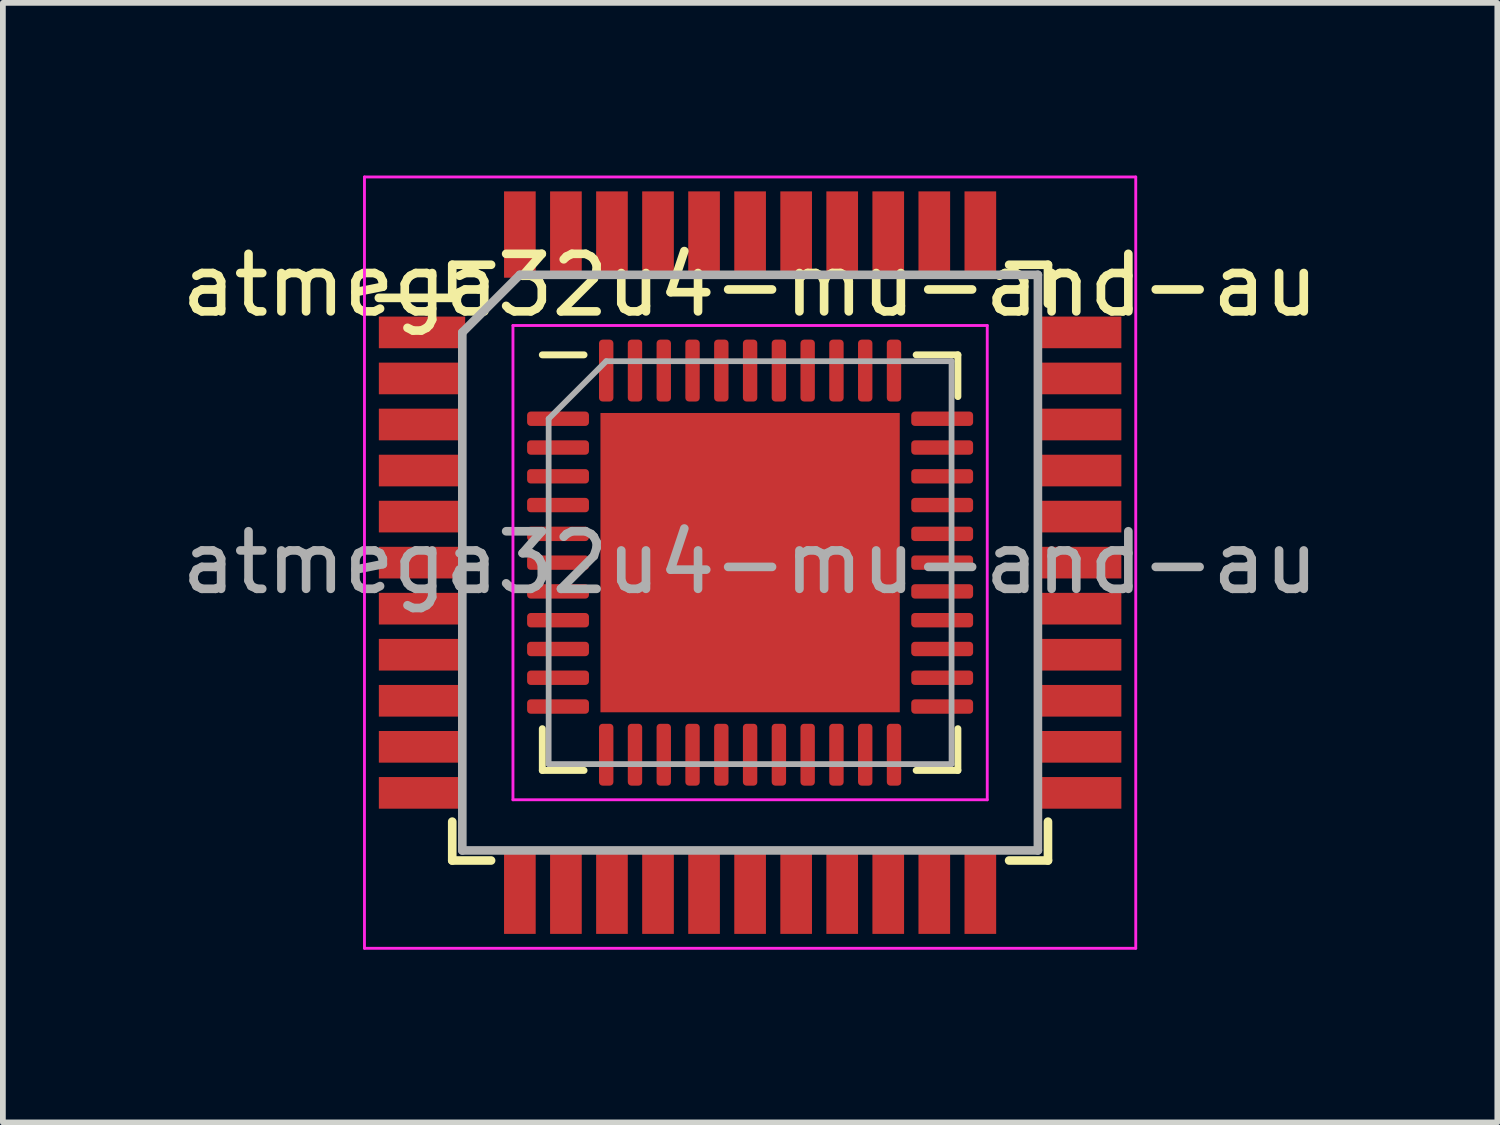
<source format=kicad_pcb>
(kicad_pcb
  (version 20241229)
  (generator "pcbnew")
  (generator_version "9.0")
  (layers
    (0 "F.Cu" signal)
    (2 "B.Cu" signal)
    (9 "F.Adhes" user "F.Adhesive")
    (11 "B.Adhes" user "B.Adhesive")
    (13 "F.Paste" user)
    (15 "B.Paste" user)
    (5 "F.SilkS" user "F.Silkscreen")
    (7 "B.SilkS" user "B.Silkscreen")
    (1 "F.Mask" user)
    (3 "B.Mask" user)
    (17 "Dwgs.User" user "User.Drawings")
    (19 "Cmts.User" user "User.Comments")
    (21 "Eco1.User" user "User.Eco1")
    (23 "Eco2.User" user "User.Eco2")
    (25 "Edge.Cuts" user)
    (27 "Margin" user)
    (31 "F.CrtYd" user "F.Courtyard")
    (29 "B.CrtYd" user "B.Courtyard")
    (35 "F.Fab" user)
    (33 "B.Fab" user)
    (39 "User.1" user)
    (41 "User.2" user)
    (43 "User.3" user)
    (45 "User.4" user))
  (footprint "atmega32u4-mu-and-au"
    (layer "F.Cu")
    (at 9.982 6.725)
    (property "Reference" "atmega32u4-mu-and-au" (at 0 -4.82 0) (layer "F.SilkS") (effects (font (size 1 1) (thickness 0.15))))
    (attr smd)
    (fp_line (start -5.175 -5.175) (end -5.175 -4.6) (stroke (width 0.15) (type solid)) (layer "F.SilkS"))
    (fp_line (start -5.175 -5.175) (end -4.5 -5.175) (stroke (width 0.15) (type solid)) (layer "F.SilkS"))
    (fp_line (start -5.175 -4.6) (end -6.45 -4.6) (stroke (width 0.15) (type solid)) (layer "F.SilkS"))
    (fp_line (start -5.175 5.175) (end -5.175 4.5) (stroke (width 0.15) (type solid)) (layer "F.SilkS"))
    (fp_line (start -5.175 5.175) (end -4.5 5.175) (stroke (width 0.15) (type solid)) (layer "F.SilkS"))
    (fp_line (start -3.61 3.61) (end -3.61 2.885) (stroke (width 0.12) (type solid)) (layer "F.SilkS"))
    (fp_line (start -2.885 -3.61) (end -3.61 -3.61) (stroke (width 0.12) (type solid)) (layer "F.SilkS"))
    (fp_line (start -2.885 3.61) (end -3.61 3.61) (stroke (width 0.12) (type solid)) (layer "F.SilkS"))
    (fp_line (start 2.885 -3.61) (end 3.61 -3.61) (stroke (width 0.12) (type solid)) (layer "F.SilkS"))
    (fp_line (start 2.885 3.61) (end 3.61 3.61) (stroke (width 0.12) (type solid)) (layer "F.SilkS"))
    (fp_line (start 3.61 -3.61) (end 3.61 -2.885) (stroke (width 0.12) (type solid)) (layer "F.SilkS"))
    (fp_line (start 3.61 3.61) (end 3.61 2.885) (stroke (width 0.12) (type solid)) (layer "F.SilkS"))
    (fp_line (start 5.175 -5.175) (end 4.5 -5.175) (stroke (width 0.15) (type solid)) (layer "F.SilkS"))
    (fp_line (start 5.175 -5.175) (end 5.175 -4.5) (stroke (width 0.15) (type solid)) (layer "F.SilkS"))
    (fp_line (start 5.175 5.175) (end 4.5 5.175) (stroke (width 0.15) (type solid)) (layer "F.SilkS"))
    (fp_line (start 5.175 5.175) (end 5.175 4.5) (stroke (width 0.15) (type solid)) (layer "F.SilkS"))
    (fp_line (start -6.7 -6.7) (end -6.7 6.7) (stroke (width 0.05) (type solid)) (layer "F.CrtYd"))
    (fp_line (start -6.7 -6.7) (end 6.7 -6.7) (stroke (width 0.05) (type solid)) (layer "F.CrtYd"))
    (fp_line (start -6.7 6.7) (end 6.7 6.7) (stroke (width 0.05) (type solid)) (layer "F.CrtYd"))
    (fp_line (start -4.12 -4.12) (end -4.12 4.12) (stroke (width 0.05) (type solid)) (layer "F.CrtYd"))
    (fp_line (start -4.12 4.12) (end 4.12 4.12) (stroke (width 0.05) (type solid)) (layer "F.CrtYd"))
    (fp_line (start 4.12 -4.12) (end -4.12 -4.12) (stroke (width 0.05) (type solid)) (layer "F.CrtYd"))
    (fp_line (start 4.12 4.12) (end 4.12 -4.12) (stroke (width 0.05) (type solid)) (layer "F.CrtYd"))
    (fp_line (start 6.7 -6.7) (end 6.7 6.7) (stroke (width 0.05) (type solid)) (layer "F.CrtYd"))
    (fp_line (start -5 -4) (end -4 -5) (stroke (width 0.15) (type solid)) (layer "F.Fab"))
    (fp_line (start -5 5) (end -5 -4) (stroke (width 0.15) (type solid)) (layer "F.Fab"))
    (fp_line (start -4 -5) (end 5 -5) (stroke (width 0.15) (type solid)) (layer "F.Fab"))
    (fp_line (start -3.5 -2.5) (end -2.5 -3.5) (stroke (width 0.1) (type solid)) (layer "F.Fab"))
    (fp_line (start -3.5 3.5) (end -3.5 -2.5) (stroke (width 0.1) (type solid)) (layer "F.Fab"))
    (fp_line (start -2.5 -3.5) (end 3.5 -3.5) (stroke (width 0.1) (type solid)) (layer "F.Fab"))
    (fp_line (start 3.5 -3.5) (end 3.5 3.5) (stroke (width 0.1) (type solid)) (layer "F.Fab"))
    (fp_line (start 3.5 3.5) (end -3.5 3.5) (stroke (width 0.1) (type solid)) (layer "F.Fab"))
    (fp_line (start 5 -5) (end 5 5) (stroke (width 0.15) (type solid)) (layer "F.Fab"))
    (fp_line (start 5 5) (end -5 5) (stroke (width 0.15) (type solid)) (layer "F.Fab"))
    (fp_text user "${REFERENCE}" (at 0 0 0) (layer "F.Fab") (effects (font (size 1 1) (thickness 0.15))))
    (pad "" smd roundrect (at -1.95 -1.95) (size 1.05 1.05) (layers "F.Paste") (roundrect_rratio 0.238))
    (pad "" smd roundrect (at -1.95 -0.65) (size 1.05 1.05) (layers "F.Paste") (roundrect_rratio 0.238))
    (pad "" smd roundrect (at -1.95 0.65) (size 1.05 1.05) (layers "F.Paste") (roundrect_rratio 0.238))
    (pad "" smd roundrect (at -1.95 1.95) (size 1.05 1.05) (layers "F.Paste") (roundrect_rratio 0.238))
    (pad "" smd roundrect (at -0.65 -1.95) (size 1.05 1.05) (layers "F.Paste") (roundrect_rratio 0.238))
    (pad "" smd roundrect (at -0.65 -0.65) (size 1.05 1.05) (layers "F.Paste") (roundrect_rratio 0.238))
    (pad "" smd roundrect (at -0.65 0.65) (size 1.05 1.05) (layers "F.Paste") (roundrect_rratio 0.238))
    (pad "" smd roundrect (at -0.65 1.95) (size 1.05 1.05) (layers "F.Paste") (roundrect_rratio 0.238))
    (pad "" smd roundrect (at 0.65 -1.95) (size 1.05 1.05) (layers "F.Paste") (roundrect_rratio 0.238))
    (pad "" smd roundrect (at 0.65 -0.65) (size 1.05 1.05) (layers "F.Paste") (roundrect_rratio 0.238))
    (pad "" smd roundrect (at 0.65 0.65) (size 1.05 1.05) (layers "F.Paste") (roundrect_rratio 0.238))
    (pad "" smd roundrect (at 0.65 1.95) (size 1.05 1.05) (layers "F.Paste") (roundrect_rratio 0.238))
    (pad "" smd roundrect (at 1.95 -1.95) (size 1.05 1.05) (layers "F.Paste") (roundrect_rratio 0.238))
    (pad "" smd roundrect (at 1.95 -0.65) (size 1.05 1.05) (layers "F.Paste") (roundrect_rratio 0.238))
    (pad "" smd roundrect (at 1.95 0.65) (size 1.05 1.05) (layers "F.Paste") (roundrect_rratio 0.238))
    (pad "" smd roundrect (at 1.95 1.95) (size 1.05 1.05) (layers "F.Paste") (roundrect_rratio 0.238))
    (pad "1" smd rect (at -5.7 -4) (size 1.5 0.55) (layers "F.Cu" "F.Mask" "F.Paste"))
    (pad "1" smd roundrect (at -3.337 -2.5) (size 1.075 0.25) (layers "F.Cu" "F.Mask" "F.Paste") (roundrect_rratio 0.25))
    (pad "2" smd rect (at -5.7 -3.2) (size 1.5 0.55) (layers "F.Cu" "F.Mask" "F.Paste"))
    (pad "2" smd roundrect (at -3.337 -2) (size 1.075 0.25) (layers "F.Cu" "F.Mask" "F.Paste") (roundrect_rratio 0.25))
    (pad "3" smd rect (at -5.7 -2.4) (size 1.5 0.55) (layers "F.Cu" "F.Mask" "F.Paste"))
    (pad "3" smd roundrect (at -3.337 -1.5) (size 1.075 0.25) (layers "F.Cu" "F.Mask" "F.Paste") (roundrect_rratio 0.25))
    (pad "4" smd rect (at -5.7 -1.6) (size 1.5 0.55) (layers "F.Cu" "F.Mask" "F.Paste"))
    (pad "4" smd roundrect (at -3.337 -1) (size 1.075 0.25) (layers "F.Cu" "F.Mask" "F.Paste") (roundrect_rratio 0.25))
    (pad "5" smd rect (at -5.7 -0.8) (size 1.5 0.55) (layers "F.Cu" "F.Mask" "F.Paste"))
    (pad "5" smd roundrect (at -3.337 -0.5) (size 1.075 0.25) (layers "F.Cu" "F.Mask" "F.Paste") (roundrect_rratio 0.25))
    (pad "6" smd rect (at -5.7 0) (size 1.5 0.55) (layers "F.Cu" "F.Mask" "F.Paste"))
    (pad "6" smd roundrect (at -3.337 0) (size 1.075 0.25) (layers "F.Cu" "F.Mask" "F.Paste") (roundrect_rratio 0.25))
    (pad "7" smd rect (at -5.7 0.8) (size 1.5 0.55) (layers "F.Cu" "F.Mask" "F.Paste"))
    (pad "7" smd roundrect (at -3.337 0.5) (size 1.075 0.25) (layers "F.Cu" "F.Mask" "F.Paste") (roundrect_rratio 0.25))
    (pad "8" smd rect (at -5.7 1.6) (size 1.5 0.55) (layers "F.Cu" "F.Mask" "F.Paste"))
    (pad "8" smd roundrect (at -3.337 1) (size 1.075 0.25) (layers "F.Cu" "F.Mask" "F.Paste") (roundrect_rratio 0.25))
    (pad "9" smd rect (at -5.7 2.4) (size 1.5 0.55) (layers "F.Cu" "F.Mask" "F.Paste"))
    (pad "9" smd roundrect (at -3.337 1.5) (size 1.075 0.25) (layers "F.Cu" "F.Mask" "F.Paste") (roundrect_rratio 0.25))
    (pad "10" smd rect (at -5.7 3.2) (size 1.5 0.55) (layers "F.Cu" "F.Mask" "F.Paste"))
    (pad "10" smd roundrect (at -3.337 2) (size 1.075 0.25) (layers "F.Cu" "F.Mask" "F.Paste") (roundrect_rratio 0.25))
    (pad "11" smd rect (at -5.7 4) (size 1.5 0.55) (layers "F.Cu" "F.Mask" "F.Paste"))
    (pad "11" smd roundrect (at -3.337 2.5) (size 1.075 0.25) (layers "F.Cu" "F.Mask" "F.Paste") (roundrect_rratio 0.25))
    (pad "12" smd rect (at -4 5.7 90) (size 1.5 0.55) (layers "F.Cu" "F.Mask" "F.Paste"))
    (pad "12" smd roundrect (at -2.5 3.337) (size 0.25 1.075) (layers "F.Cu" "F.Mask" "F.Paste") (roundrect_rratio 0.25))
    (pad "13" smd rect (at -3.2 5.7 90) (size 1.5 0.55) (layers "F.Cu" "F.Mask" "F.Paste"))
    (pad "13" smd roundrect (at -2 3.337) (size 0.25 1.075) (layers "F.Cu" "F.Mask" "F.Paste") (roundrect_rratio 0.25))
    (pad "14" smd rect (at -2.4 5.7 90) (size 1.5 0.55) (layers "F.Cu" "F.Mask" "F.Paste"))
    (pad "14" smd roundrect (at -1.5 3.337) (size 0.25 1.075) (layers "F.Cu" "F.Mask" "F.Paste") (roundrect_rratio 0.25))
    (pad "15" smd rect (at -1.6 5.7 90) (size 1.5 0.55) (layers "F.Cu" "F.Mask" "F.Paste"))
    (pad "15" smd roundrect (at -1 3.337) (size 0.25 1.075) (layers "F.Cu" "F.Mask" "F.Paste") (roundrect_rratio 0.25))
    (pad "16" smd rect (at -0.8 5.7 90) (size 1.5 0.55) (layers "F.Cu" "F.Mask" "F.Paste"))
    (pad "16" smd roundrect (at -0.5 3.337) (size 0.25 1.075) (layers "F.Cu" "F.Mask" "F.Paste") (roundrect_rratio 0.25))
    (pad "17" smd roundrect (at 0 3.337) (size 0.25 1.075) (layers "F.Cu" "F.Mask" "F.Paste") (roundrect_rratio 0.25))
    (pad "17" smd rect (at 0 5.7 90) (size 1.5 0.55) (layers "F.Cu" "F.Mask" "F.Paste"))
    (pad "18" smd roundrect (at 0.5 3.337) (size 0.25 1.075) (layers "F.Cu" "F.Mask" "F.Paste") (roundrect_rratio 0.25))
    (pad "18" smd rect (at 0.8 5.7 90) (size 1.5 0.55) (layers "F.Cu" "F.Mask" "F.Paste"))
    (pad "19" smd roundrect (at 1 3.337) (size 0.25 1.075) (layers "F.Cu" "F.Mask" "F.Paste") (roundrect_rratio 0.25))
    (pad "19" smd rect (at 1.6 5.7 90) (size 1.5 0.55) (layers "F.Cu" "F.Mask" "F.Paste"))
    (pad "20" smd roundrect (at 1.5 3.337) (size 0.25 1.075) (layers "F.Cu" "F.Mask" "F.Paste") (roundrect_rratio 0.25))
    (pad "20" smd rect (at 2.4 5.7 90) (size 1.5 0.55) (layers "F.Cu" "F.Mask" "F.Paste"))
    (pad "21" smd roundrect (at 2 3.337) (size 0.25 1.075) (layers "F.Cu" "F.Mask" "F.Paste") (roundrect_rratio 0.25))
    (pad "21" smd rect (at 3.2 5.7 90) (size 1.5 0.55) (layers "F.Cu" "F.Mask" "F.Paste"))
    (pad "22" smd roundrect (at 2.5 3.337) (size 0.25 1.075) (layers "F.Cu" "F.Mask" "F.Paste") (roundrect_rratio 0.25))
    (pad "22" smd rect (at 4 5.7 90) (size 1.5 0.55) (layers "F.Cu" "F.Mask" "F.Paste"))
    (pad "23" smd roundrect (at 3.337 2.5) (size 1.075 0.25) (layers "F.Cu" "F.Mask" "F.Paste") (roundrect_rratio 0.25))
    (pad "23" smd rect (at 5.7 4) (size 1.5 0.55) (layers "F.Cu" "F.Mask" "F.Paste"))
    (pad "24" smd roundrect (at 3.337 2) (size 1.075 0.25) (layers "F.Cu" "F.Mask" "F.Paste") (roundrect_rratio 0.25))
    (pad "24" smd rect (at 5.7 3.2) (size 1.5 0.55) (layers "F.Cu" "F.Mask" "F.Paste"))
    (pad "25" smd roundrect (at 3.337 1.5) (size 1.075 0.25) (layers "F.Cu" "F.Mask" "F.Paste") (roundrect_rratio 0.25))
    (pad "25" smd rect (at 5.7 2.4) (size 1.5 0.55) (layers "F.Cu" "F.Mask" "F.Paste"))
    (pad "26" smd roundrect (at 3.337 1) (size 1.075 0.25) (layers "F.Cu" "F.Mask" "F.Paste") (roundrect_rratio 0.25))
    (pad "26" smd rect (at 5.7 1.6) (size 1.5 0.55) (layers "F.Cu" "F.Mask" "F.Paste"))
    (pad "27" smd roundrect (at 3.337 0.5) (size 1.075 0.25) (layers "F.Cu" "F.Mask" "F.Paste") (roundrect_rratio 0.25))
    (pad "27" smd rect (at 5.7 0.8) (size 1.5 0.55) (layers "F.Cu" "F.Mask" "F.Paste"))
    (pad "28" smd roundrect (at 3.337 0) (size 1.075 0.25) (layers "F.Cu" "F.Mask" "F.Paste") (roundrect_rratio 0.25))
    (pad "28" smd rect (at 5.7 0) (size 1.5 0.55) (layers "F.Cu" "F.Mask" "F.Paste"))
    (pad "29" smd roundrect (at 3.337 -0.5) (size 1.075 0.25) (layers "F.Cu" "F.Mask" "F.Paste") (roundrect_rratio 0.25))
    (pad "29" smd rect (at 5.7 -0.8) (size 1.5 0.55) (layers "F.Cu" "F.Mask" "F.Paste"))
    (pad "30" smd roundrect (at 3.337 -1) (size 1.075 0.25) (layers "F.Cu" "F.Mask" "F.Paste") (roundrect_rratio 0.25))
    (pad "30" smd rect (at 5.7 -1.6) (size 1.5 0.55) (layers "F.Cu" "F.Mask" "F.Paste"))
    (pad "31" smd roundrect (at 3.337 -1.5) (size 1.075 0.25) (layers "F.Cu" "F.Mask" "F.Paste") (roundrect_rratio 0.25))
    (pad "31" smd rect (at 5.7 -2.4) (size 1.5 0.55) (layers "F.Cu" "F.Mask" "F.Paste"))
    (pad "32" smd roundrect (at 3.337 -2) (size 1.075 0.25) (layers "F.Cu" "F.Mask" "F.Paste") (roundrect_rratio 0.25))
    (pad "32" smd rect (at 5.7 -3.2) (size 1.5 0.55) (layers "F.Cu" "F.Mask" "F.Paste"))
    (pad "33" smd roundrect (at 3.337 -2.5) (size 1.075 0.25) (layers "F.Cu" "F.Mask" "F.Paste") (roundrect_rratio 0.25))
    (pad "33" smd rect (at 5.7 -4) (size 1.5 0.55) (layers "F.Cu" "F.Mask" "F.Paste"))
    (pad "34" smd roundrect (at 2.5 -3.337) (size 0.25 1.075) (layers "F.Cu" "F.Mask" "F.Paste") (roundrect_rratio 0.25))
    (pad "34" smd rect (at 4 -5.7 90) (size 1.5 0.55) (layers "F.Cu" "F.Mask" "F.Paste"))
    (pad "35" smd roundrect (at 2 -3.337) (size 0.25 1.075) (layers "F.Cu" "F.Mask" "F.Paste") (roundrect_rratio 0.25))
    (pad "35" smd rect (at 3.2 -5.7 90) (size 1.5 0.55) (layers "F.Cu" "F.Mask" "F.Paste"))
    (pad "36" smd roundrect (at 1.5 -3.337) (size 0.25 1.075) (layers "F.Cu" "F.Mask" "F.Paste") (roundrect_rratio 0.25))
    (pad "36" smd rect (at 2.4 -5.7 90) (size 1.5 0.55) (layers "F.Cu" "F.Mask" "F.Paste"))
    (pad "37" smd roundrect (at 1 -3.337) (size 0.25 1.075) (layers "F.Cu" "F.Mask" "F.Paste") (roundrect_rratio 0.25))
    (pad "37" smd rect (at 1.6 -5.7 90) (size 1.5 0.55) (layers "F.Cu" "F.Mask" "F.Paste"))
    (pad "38" smd roundrect (at 0.5 -3.337) (size 0.25 1.075) (layers "F.Cu" "F.Mask" "F.Paste") (roundrect_rratio 0.25))
    (pad "38" smd rect (at 0.8 -5.7 90) (size 1.5 0.55) (layers "F.Cu" "F.Mask" "F.Paste"))
    (pad "39" smd rect (at 0 -5.7 90) (size 1.5 0.55) (layers "F.Cu" "F.Mask" "F.Paste"))
    (pad "39" smd roundrect (at 0 -3.337) (size 0.25 1.075) (layers "F.Cu" "F.Mask" "F.Paste") (roundrect_rratio 0.25))
    (pad "40" smd rect (at -0.8 -5.7 90) (size 1.5 0.55) (layers "F.Cu" "F.Mask" "F.Paste"))
    (pad "40" smd roundrect (at -0.5 -3.337) (size 0.25 1.075) (layers "F.Cu" "F.Mask" "F.Paste") (roundrect_rratio 0.25))
    (pad "41" smd rect (at -1.6 -5.7 90) (size 1.5 0.55) (layers "F.Cu" "F.Mask" "F.Paste"))
    (pad "41" smd roundrect (at -1 -3.337) (size 0.25 1.075) (layers "F.Cu" "F.Mask" "F.Paste") (roundrect_rratio 0.25))
    (pad "42" smd rect (at -2.4 -5.7 90) (size 1.5 0.55) (layers "F.Cu" "F.Mask" "F.Paste"))
    (pad "42" smd roundrect (at -1.5 -3.337) (size 0.25 1.075) (layers "F.Cu" "F.Mask" "F.Paste") (roundrect_rratio 0.25))
    (pad "43" smd rect (at -3.2 -5.7 90) (size 1.5 0.55) (layers "F.Cu" "F.Mask" "F.Paste"))
    (pad "43" smd roundrect (at -2 -3.337) (size 0.25 1.075) (layers "F.Cu" "F.Mask" "F.Paste") (roundrect_rratio 0.25))
    (pad "44" smd rect (at -4 -5.7 90) (size 1.5 0.55) (layers "F.Cu" "F.Mask" "F.Paste"))
    (pad "44" smd roundrect (at -2.5 -3.337) (size 0.25 1.075) (layers "F.Cu" "F.Mask" "F.Paste") (roundrect_rratio 0.25))
    (pad "45" smd rect (at 0 0) (size 5.2 5.2) (layers "F.Cu" "F.Mask")))
  (gr_rect
    (start -3 -3)
    (end 22.964 16.45)
    (stroke (width 0.1) (type default))
    (fill no)
    (layer "Edge.Cuts")))
</source>
